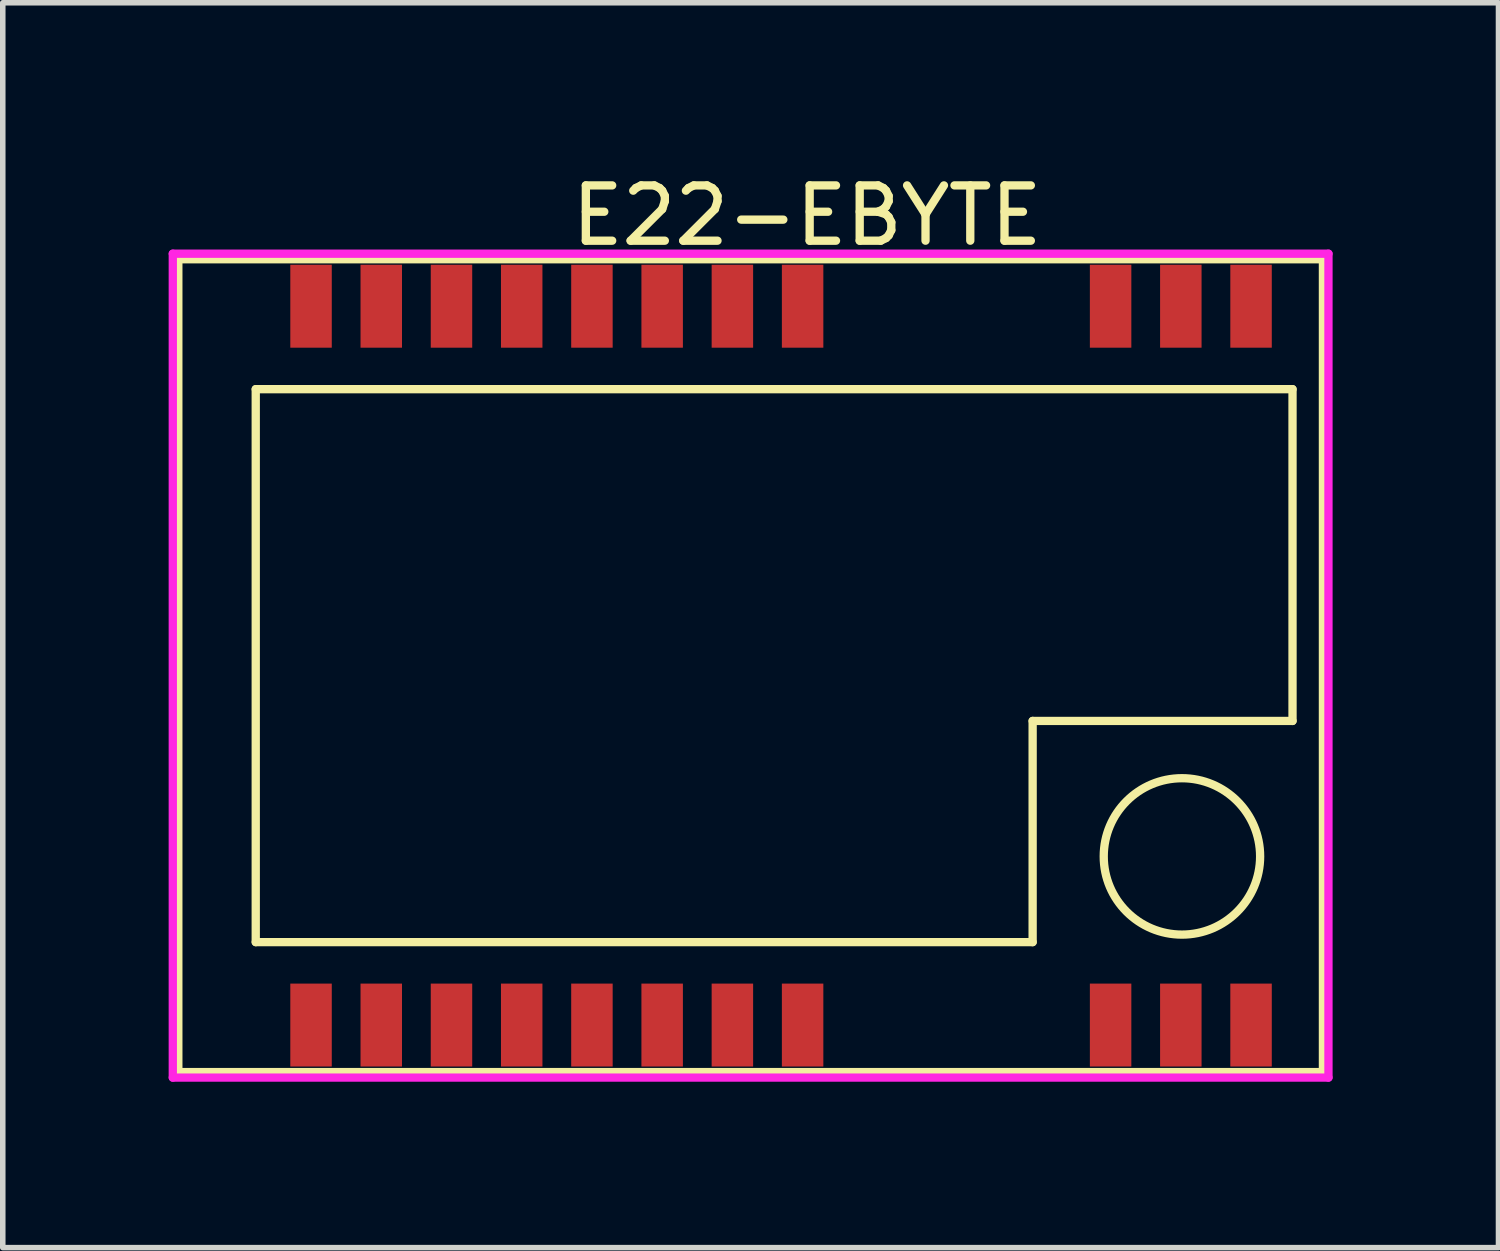
<source format=kicad_pcb>
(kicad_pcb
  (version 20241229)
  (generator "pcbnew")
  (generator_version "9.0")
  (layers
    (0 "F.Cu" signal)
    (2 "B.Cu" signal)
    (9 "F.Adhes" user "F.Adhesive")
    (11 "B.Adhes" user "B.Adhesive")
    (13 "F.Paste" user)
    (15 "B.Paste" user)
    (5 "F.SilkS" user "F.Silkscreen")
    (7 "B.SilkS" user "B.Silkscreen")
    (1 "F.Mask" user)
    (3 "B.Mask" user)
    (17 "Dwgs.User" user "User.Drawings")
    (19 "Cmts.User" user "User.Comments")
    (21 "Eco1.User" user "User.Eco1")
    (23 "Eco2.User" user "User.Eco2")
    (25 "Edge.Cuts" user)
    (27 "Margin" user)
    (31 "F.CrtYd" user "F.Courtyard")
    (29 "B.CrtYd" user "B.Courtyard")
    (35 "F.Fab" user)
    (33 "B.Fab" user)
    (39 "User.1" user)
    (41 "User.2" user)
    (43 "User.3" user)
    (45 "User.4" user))
  (footprint "E22-EBYTE"
    (layer "F.Cu")
    (at 11.575 8.988)
    (property "Reference" "E22-EBYTE" (at -0.03 -8.14 180) (layer "F.SilkS") (effects (font (size 1 1) (thickness 0.15))))
    (attr through_hole)
    (fp_line (start -11.4 -7.35) (end 9.3 -7.35) (stroke (width 0.15) (type solid)) (layer "F.SilkS"))
    (fp_line (start -11.4 7.35) (end -11.4 -7.35) (stroke (width 0.15) (type solid)) (layer "F.SilkS"))
    (fp_line (start -10 -5) (end 8.75 -5) (stroke (width 0.15) (type solid)) (layer "F.SilkS"))
    (fp_line (start -10 5) (end -10 -5) (stroke (width 0.15) (type solid)) (layer "F.SilkS"))
    (fp_line (start 4.05 1) (end 4.05 5) (stroke (width 0.15) (type solid)) (layer "F.SilkS"))
    (fp_line (start 4.05 5) (end -10 5) (stroke (width 0.15) (type solid)) (layer "F.SilkS"))
    (fp_line (start 8.75 -5) (end 8.75 1) (stroke (width 0.15) (type solid)) (layer "F.SilkS"))
    (fp_line (start 8.75 1) (end 4.05 1) (stroke (width 0.15) (type solid)) (layer "F.SilkS"))
    (fp_line (start 9.3 -7.35) (end 9.3 7.35) (stroke (width 0.15) (type solid)) (layer "F.SilkS"))
    (fp_line (start 9.3 7.35) (end -11.4 7.35) (stroke (width 0.15) (type solid)) (layer "F.SilkS"))
    (fp_circle (center 6.75 3.45) (end 7.75 2.45) (stroke (width 0.15) (type solid)) (fill no) (layer "F.SilkS"))
    (fp_line (start -11.5 -7.45) (end 9.4 -7.45) (stroke (width 0.15) (type solid)) (layer "F.CrtYd"))
    (fp_line (start -11.5 7.45) (end -11.5 -7.45) (stroke (width 0.15) (type solid)) (layer "F.CrtYd"))
    (fp_line (start 9.4 -7.45) (end 9.4 7.45) (stroke (width 0.15) (type solid)) (layer "F.CrtYd"))
    (fp_line (start 9.4 7.45) (end -11.5 7.45) (stroke (width 0.15) (type solid)) (layer "F.CrtYd"))
    (pad "1" smd rect (at 8 -6.5) (size 0.75 1.5) (layers "F.Cu" "F.Mask" "F.Paste"))
    (pad "2" smd rect (at 6.73 -6.5) (size 0.75 1.5) (layers "F.Cu" "F.Mask" "F.Paste"))
    (pad "3" smd rect (at 5.46 -6.5) (size 0.75 1.5) (layers "F.Cu" "F.Mask" "F.Paste"))
    (pad "4" smd rect (at -0.11 -6.5) (size 0.75 1.5) (layers "F.Cu" "F.Mask" "F.Paste"))
    (pad "5" smd rect (at -1.38 -6.5) (size 0.75 1.5) (layers "F.Cu" "F.Mask" "F.Paste"))
    (pad "6" smd rect (at -2.65 -6.5) (size 0.75 1.5) (layers "F.Cu" "F.Mask" "F.Paste"))
    (pad "7" smd rect (at -3.92 -6.5) (size 0.75 1.5) (layers "F.Cu" "F.Mask" "F.Paste"))
    (pad "8" smd rect (at -5.19 -6.5) (size 0.75 1.5) (layers "F.Cu" "F.Mask" "F.Paste"))
    (pad "9" smd rect (at -6.46 -6.5) (size 0.75 1.5) (layers "F.Cu" "F.Mask" "F.Paste"))
    (pad "10" smd rect (at -7.73 -6.5) (size 0.75 1.5) (layers "F.Cu" "F.Mask" "F.Paste"))
    (pad "11" smd rect (at -9 -6.5) (size 0.75 1.5) (layers "F.Cu" "F.Mask" "F.Paste"))
    (pad "12" smd rect (at -9 6.5) (size 0.75 1.5) (layers "F.Cu" "F.Mask" "F.Paste"))
    (pad "13" smd rect (at -7.73 6.5) (size 0.75 1.5) (layers "F.Cu" "F.Mask" "F.Paste"))
    (pad "14" smd rect (at -6.46 6.5) (size 0.75 1.5) (layers "F.Cu" "F.Mask" "F.Paste"))
    (pad "15" smd rect (at -5.19 6.5) (size 0.75 1.5) (layers "F.Cu" "F.Mask" "F.Paste"))
    (pad "16" smd rect (at -3.92 6.5) (size 0.75 1.5) (layers "F.Cu" "F.Mask" "F.Paste"))
    (pad "17" smd rect (at -2.65 6.5) (size 0.75 1.5) (layers "F.Cu" "F.Mask" "F.Paste"))
    (pad "18" smd rect (at -1.38 6.5) (size 0.75 1.5) (layers "F.Cu" "F.Mask" "F.Paste"))
    (pad "19" smd rect (at -0.11 6.5) (size 0.75 1.5) (layers "F.Cu" "F.Mask" "F.Paste"))
    (pad "20" smd rect (at 5.46 6.5) (size 0.75 1.5) (layers "F.Cu" "F.Mask" "F.Paste"))
    (pad "21" smd rect (at 6.73 6.5) (size 0.75 1.5) (layers "F.Cu" "F.Mask" "F.Paste"))
    (pad "22" smd rect (at 8 6.5) (size 0.75 1.5) (layers "F.Cu" "F.Mask" "F.Paste")))
  (gr_rect
    (start -3 -3)
    (end 24.05 19.513)
    (stroke (width 0.1) (type default))
    (fill no)
    (layer "Edge.Cuts")))
</source>
